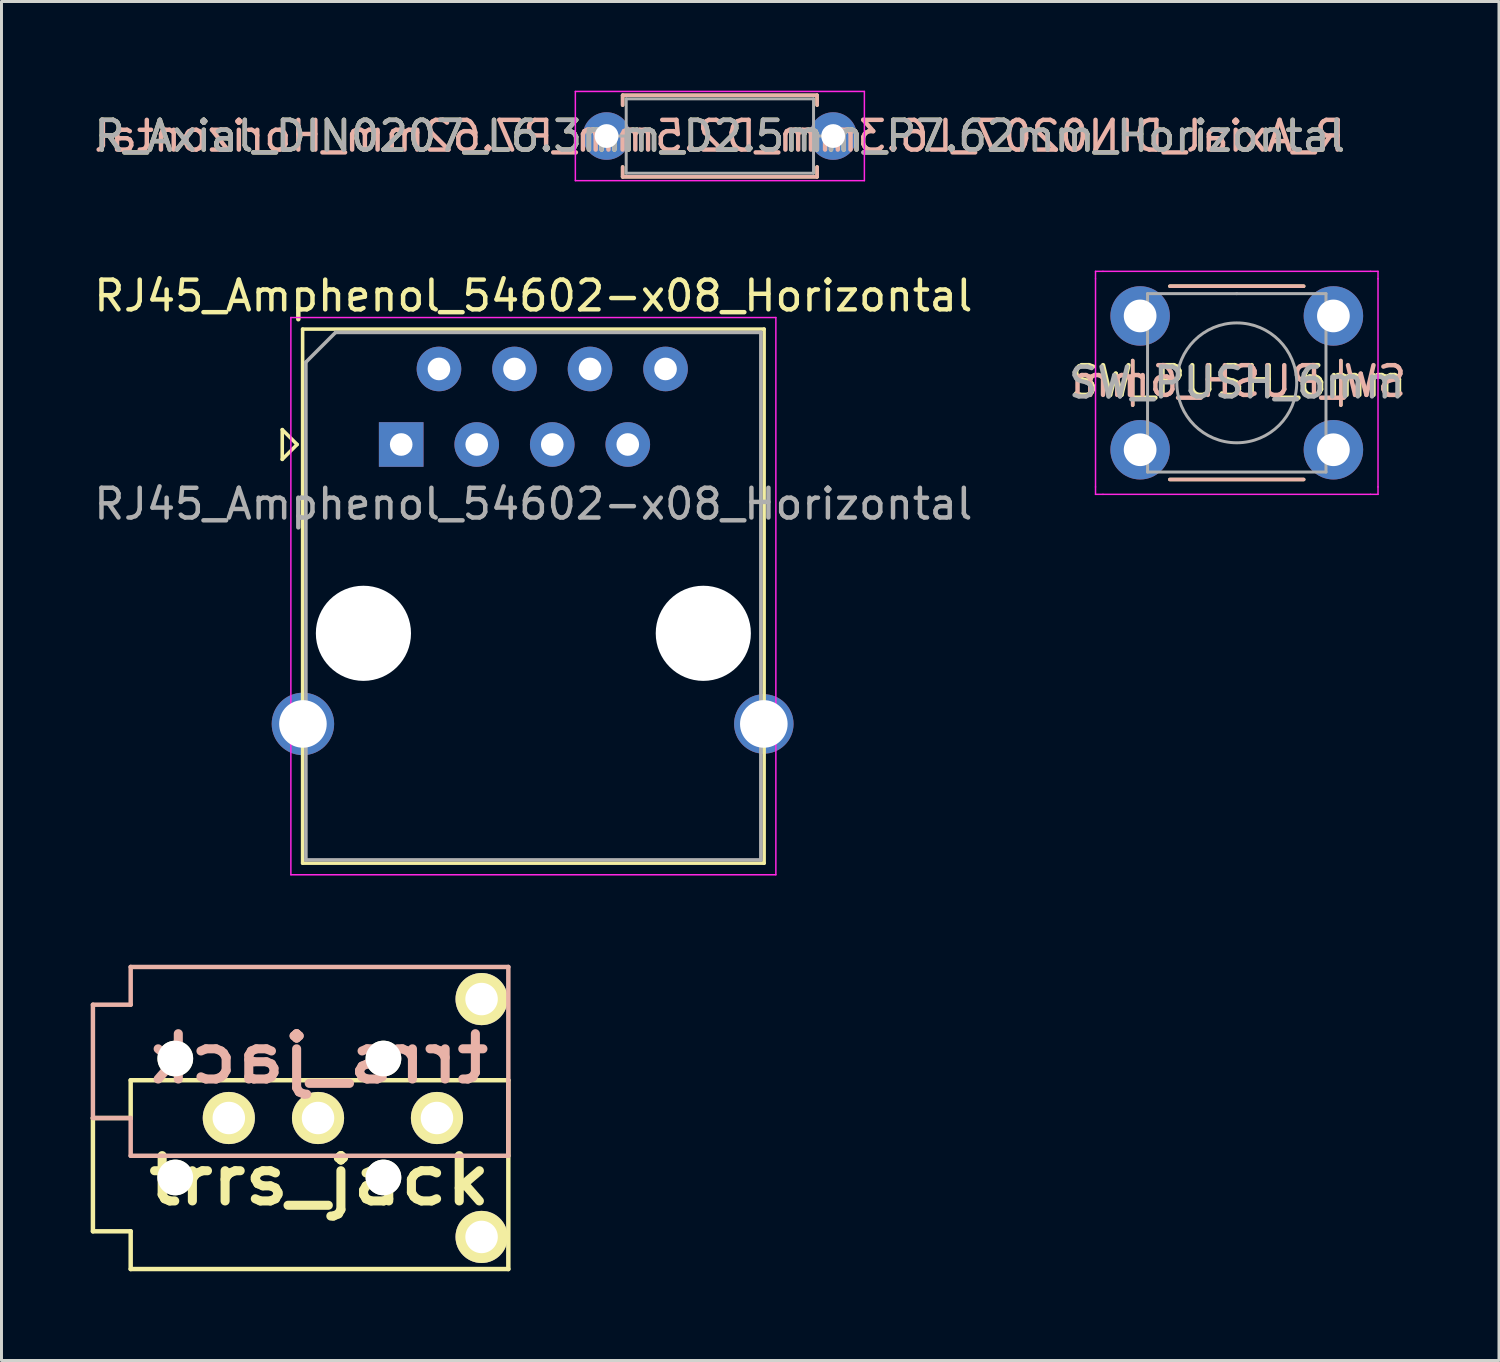
<source format=kicad_pcb>
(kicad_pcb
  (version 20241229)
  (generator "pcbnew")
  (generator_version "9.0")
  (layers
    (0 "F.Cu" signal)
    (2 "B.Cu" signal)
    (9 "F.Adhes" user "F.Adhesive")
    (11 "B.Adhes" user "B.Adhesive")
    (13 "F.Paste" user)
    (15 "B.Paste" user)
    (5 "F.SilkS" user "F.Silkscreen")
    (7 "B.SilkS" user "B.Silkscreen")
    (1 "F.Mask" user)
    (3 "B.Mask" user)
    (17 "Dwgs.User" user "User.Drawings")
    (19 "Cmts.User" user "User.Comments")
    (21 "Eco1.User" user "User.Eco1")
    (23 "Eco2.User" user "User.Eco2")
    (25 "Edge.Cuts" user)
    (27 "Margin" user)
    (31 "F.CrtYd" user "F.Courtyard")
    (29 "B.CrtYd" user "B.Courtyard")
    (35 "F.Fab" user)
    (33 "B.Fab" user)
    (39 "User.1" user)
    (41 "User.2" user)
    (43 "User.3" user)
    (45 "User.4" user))
  (footprint "R_Axial_DIN0207_L6.3mm_D2.5mm_P7.62mm_Horizontal"
    (layer "F.Cu")
    (at 17.349 1.525)
    (property "Reference" "R_Axial_DIN0207_L6.3mm_D2.5mm_P7.62mm_Horizontal" (at 3.81 0 0) (layer "F.SilkS") (effects (font (size 1 1) (thickness 0.15))))
    (attr through_hole)
    (fp_line (start 0.54 -1.37) (end 7.08 -1.37) (stroke (width 0.12) (type solid)) (layer "F.SilkS"))
    (fp_line (start 0.54 -1.04) (end 0.54 -1.37) (stroke (width 0.12) (type solid)) (layer "F.SilkS"))
    (fp_line (start 0.54 1.04) (end 0.54 1.37) (stroke (width 0.12) (type solid)) (layer "F.SilkS"))
    (fp_line (start 0.54 1.37) (end 7.08 1.37) (stroke (width 0.12) (type solid)) (layer "F.SilkS"))
    (fp_line (start 7.08 -1.37) (end 7.08 -1.04) (stroke (width 0.12) (type solid)) (layer "F.SilkS"))
    (fp_line (start 7.08 1.37) (end 7.08 1.04) (stroke (width 0.12) (type solid)) (layer "F.SilkS"))
    (fp_line (start 0.54 -1.37) (end 7.08 -1.37) (stroke (width 0.12) (type solid)) (layer "B.SilkS"))
    (fp_line (start 0.54 -1.04) (end 0.54 -1.37) (stroke (width 0.12) (type solid)) (layer "B.SilkS"))
    (fp_line (start 0.54 1.04) (end 0.54 1.37) (stroke (width 0.12) (type solid)) (layer "B.SilkS"))
    (fp_line (start 0.54 1.37) (end 7.08 1.37) (stroke (width 0.12) (type solid)) (layer "B.SilkS"))
    (fp_line (start 7.08 -1.37) (end 7.08 -1.04) (stroke (width 0.12) (type solid)) (layer "B.SilkS"))
    (fp_line (start 7.08 1.37) (end 7.08 1.04) (stroke (width 0.12) (type solid)) (layer "B.SilkS"))
    (fp_line (start -1.05 -1.5) (end -1.05 1.5) (stroke (width 0.05) (type solid)) (layer "F.CrtYd"))
    (fp_line (start -1.05 1.5) (end 8.67 1.5) (stroke (width 0.05) (type solid)) (layer "F.CrtYd"))
    (fp_line (start 8.67 -1.5) (end -1.05 -1.5) (stroke (width 0.05) (type solid)) (layer "F.CrtYd"))
    (fp_line (start 8.67 1.5) (end 8.67 -1.5) (stroke (width 0.05) (type solid)) (layer "F.CrtYd"))
    (fp_line (start 0 0) (end 0.66 0) (stroke (width 0.1) (type solid)) (layer "F.Fab"))
    (fp_line (start 0.66 -1.25) (end 0.66 1.25) (stroke (width 0.1) (type solid)) (layer "F.Fab"))
    (fp_line (start 0.66 1.25) (end 6.96 1.25) (stroke (width 0.1) (type solid)) (layer "F.Fab"))
    (fp_line (start 6.96 -1.25) (end 0.66 -1.25) (stroke (width 0.1) (type solid)) (layer "F.Fab"))
    (fp_line (start 6.96 1.25) (end 6.96 -1.25) (stroke (width 0.1) (type solid)) (layer "F.Fab"))
    (fp_line (start 7.62 0) (end 6.96 0) (stroke (width 0.1) (type solid)) (layer "F.Fab"))
    (fp_text user "${REFERENCE}" (at 3.8 0 0) (layer "B.SilkS") (effects (font (size 1 1) (thickness 0.15)) (justify mirror)))
    (fp_text user "${REFERENCE}" (at 3.81 0 0) (layer "F.Fab") (effects (font (size 1 1) (thickness 0.15))))
    (pad "1" thru_hole circle (at 0 0) (size 1.6 1.6) (drill 0.8) (layers "*.Cu" "*.Mask"))
    (pad "2" thru_hole oval (at 7.62 0) (size 1.6 1.6) (drill 0.8) (layers "*.Cu" "*.Mask")))
  (footprint "RJ45_Amphenol_54602-x08_Horizontal"
    (layer "F.Cu")
    (at 10.442 11.898)
    (property "Reference" "RJ45_Amphenol_54602-x08_Horizontal" (at 4.445 -5 0) (layer "F.SilkS") (effects (font (size 1 1) (thickness 0.15))))
    (attr through_hole)
    (fp_line (start -4 -0.5) (end -4 0.5) (stroke (width 0.12) (type solid)) (layer "F.SilkS"))
    (fp_line (start -4 0.5) (end -3.5 0) (stroke (width 0.12) (type solid)) (layer "F.SilkS"))
    (fp_line (start -3.5 0) (end -4 -0.5) (stroke (width 0.12) (type solid)) (layer "F.SilkS"))
    (fp_line (start -3.315 -3.88) (end -3.315 14.08) (stroke (width 0.12) (type solid)) (layer "F.SilkS"))
    (fp_line (start -3.315 14.08) (end 12.205 14.08) (stroke (width 0.12) (type solid)) (layer "F.SilkS"))
    (fp_line (start 12.205 -3.88) (end -3.315 -3.88) (stroke (width 0.12) (type solid)) (layer "F.SilkS"))
    (fp_line (start 12.205 -3.88) (end 12.205 14.08) (stroke (width 0.12) (type solid)) (layer "F.SilkS"))
    (fp_line (start -3.71 -4.27) (end -3.71 14.47) (stroke (width 0.05) (type solid)) (layer "F.CrtYd"))
    (fp_line (start -3.71 -4.27) (end 12.6 -4.27) (stroke (width 0.05) (type solid)) (layer "F.CrtYd"))
    (fp_line (start 12.6 14.47) (end -3.71 14.47) (stroke (width 0.05) (type solid)) (layer "F.CrtYd"))
    (fp_line (start 12.6 14.47) (end 12.6 -4.27) (stroke (width 0.05) (type solid)) (layer "F.CrtYd"))
    (fp_line (start -3.205 -2.77) (end -2.205 -3.77) (stroke (width 0.12) (type solid)) (layer "F.Fab"))
    (fp_line (start -3.205 13.97) (end -3.205 -2.77) (stroke (width 0.12) (type solid)) (layer "F.Fab"))
    (fp_line (start -2.205 -3.77) (end 12.095 -3.77) (stroke (width 0.12) (type solid)) (layer "F.Fab"))
    (fp_line (start 12.095 -3.77) (end 12.095 13.97) (stroke (width 0.12) (type solid)) (layer "F.Fab"))
    (fp_line (start 12.095 13.97) (end -3.205 13.97) (stroke (width 0.12) (type solid)) (layer "F.Fab"))
    (fp_text user "${REFERENCE}" (at 4.445 2 0) (layer "F.Fab") (effects (font (size 1 1) (thickness 0.15))))
    (pad "" thru_hole circle (at -3.305 9.398) (size 2.1 2.1) (drill 1.6) (layers "*.Cu" "*.Mask"))
    (pad "" np_thru_hole circle (at -1.27 6.35) (size 3.2 3.2) (drill 3.2) (layers "*.Cu" "*.Mask"))
    (pad "" np_thru_hole circle (at 10.16 6.35) (size 3.2 3.2) (drill 3.2) (layers "*.Cu" "*.Mask"))
    (pad "" thru_hole circle (at 12.195 9.398) (size 2 2) (drill 1.6) (layers "*.Cu" "*.Mask"))
    (pad "1" thru_hole rect (at 0 0) (size 1.5 1.5) (drill 0.76) (layers "*.Cu" "*.Mask"))
    (pad "2" thru_hole circle (at 1.27 -2.54) (size 1.5 1.5) (drill 0.76) (layers "*.Cu" "*.Mask"))
    (pad "3" thru_hole circle (at 2.54 0) (size 1.5 1.5) (drill 0.76) (layers "*.Cu" "*.Mask"))
    (pad "4" thru_hole circle (at 3.81 -2.54) (size 1.5 1.5) (drill 0.76) (layers "*.Cu" "*.Mask"))
    (pad "5" thru_hole circle (at 5.08 0) (size 1.5 1.5) (drill 0.76) (layers "*.Cu" "*.Mask"))
    (pad "6" thru_hole circle (at 6.35 -2.54) (size 1.5 1.5) (drill 0.76) (layers "*.Cu" "*.Mask"))
    (pad "7" thru_hole circle (at 7.62 0) (size 1.5 1.5) (drill 0.76) (layers "*.Cu" "*.Mask"))
    (pad "8" thru_hole circle (at 8.89 -2.54) (size 1.5 1.5) (drill 0.76) (layers "*.Cu" "*.Mask")))
  (footprint "trrs_jack"
    (layer "F.Cu")
    (at 1.345 34.548)
    (property "Reference" "trrs_jack" (at 6.35 2.1 0) (layer "F.SilkS") (effects (font (size 1.524 1.778) (thickness 0.305))))
    (attr through_hole)
    (fp_line (start -1.27 0) (end -1.27 3.81) (stroke (width 0.15) (type solid)) (layer "F.SilkS"))
    (fp_line (start -1.27 3.81) (end 0 3.81) (stroke (width 0.15) (type solid)) (layer "F.SilkS"))
    (fp_line (start 0 -1.27) (end 0 0) (stroke (width 0.15) (type solid)) (layer "F.SilkS"))
    (fp_line (start 0 0) (end -1.27 0) (stroke (width 0.15) (type solid)) (layer "F.SilkS"))
    (fp_line (start 0 3.81) (end 0 5.08) (stroke (width 0.15) (type solid)) (layer "F.SilkS"))
    (fp_line (start 0 5.08) (end 12.7 5.08) (stroke (width 0.15) (type solid)) (layer "F.SilkS"))
    (fp_line (start 12.7 -1.27) (end 0 -1.27) (stroke (width 0.15) (type solid)) (layer "F.SilkS"))
    (fp_line (start 12.7 5.08) (end 12.7 -1.27) (stroke (width 0.15) (type solid)) (layer "F.SilkS"))
    (fp_line (start -1.27 -3.81) (end -1.27 0) (stroke (width 0.15) (type solid)) (layer "B.SilkS"))
    (fp_line (start -1.27 0) (end 0 0) (stroke (width 0.15) (type solid)) (layer "B.SilkS"))
    (fp_line (start 0 -5.08) (end 0 -3.81) (stroke (width 0.15) (type solid)) (layer "B.SilkS"))
    (fp_line (start 0 -3.81) (end -1.27 -3.81) (stroke (width 0.15) (type solid)) (layer "B.SilkS"))
    (fp_line (start 0 0) (end 0 1.27) (stroke (width 0.15) (type solid)) (layer "B.SilkS"))
    (fp_line (start 0 1.27) (end 12.7 1.27) (stroke (width 0.15) (type solid)) (layer "B.SilkS"))
    (fp_line (start 12.7 -5.08) (end 0 -5.08) (stroke (width 0.15) (type solid)) (layer "B.SilkS"))
    (fp_line (start 12.7 1.27) (end 12.7 -5.08) (stroke (width 0.15) (type solid)) (layer "B.SilkS"))
    (fp_text user "${REFERENCE}" (at 6.3 -2 180) (layer "B.SilkS") (effects (font (size 1.524 1.778) (thickness 0.305)) (justify mirror)))
    (pad "" np_thru_hole circle (at 1.5 -2) (size 1.2 1.2) (drill 1.2) (layers "*.Cu" "*.Mask" "F.SilkS"))
    (pad "" np_thru_hole circle (at 1.5 2) (size 1.2 1.2) (drill 1.2) (layers "*.Cu" "*.Mask" "F.SilkS"))
    (pad "" np_thru_hole circle (at 8.5 -2) (size 1.2 1.2) (drill 1.2) (layers "*.Cu" "*.Mask" "F.SilkS"))
    (pad "" np_thru_hole circle (at 8.5 2) (size 1.2 1.2) (drill 1.2) (layers "*.Cu" "*.Mask" "F.SilkS"))
    (pad "1" thru_hole circle (at 10.3 0) (size 1.753 1.753) (drill 1.092) (layers "*.Cu" "*.Mask" "F.SilkS"))
    (pad "2" thru_hole circle (at 3.3 0) (size 1.753 1.753) (drill 1.092) (layers "*.Cu" "*.Mask" "F.SilkS"))
    (pad "3" thru_hole circle (at 6.3 0) (size 1.753 1.753) (drill 1.092) (layers "*.Cu" "*.Mask" "F.SilkS"))
    (pad "4" thru_hole circle (at 11.8 4) (size 1.753 1.753) (drill 1.092) (layers "*.Cu" "*.Mask" "F.SilkS"))
    (pad "5" thru_hole circle (at 11.8 -4) (size 1.753 1.753) (drill 1.092) (layers "*.Cu" "*.Mask" "F.SilkS")))
  (footprint "SW_PUSH_6mm"
    (layer "F.Cu")
    (at 35.292 7.575)
    (property "Reference" "SW_PUSH_6mm" (at 3.3 2.2 0) (layer "F.SilkS") (effects (font (size 1 1) (thickness 0.15))))
    (attr through_hole)
    (fp_line (start -0.25 1.5) (end -0.25 3) (stroke (width 0.12) (type solid)) (layer "F.SilkS"))
    (fp_line (start 1 5.5) (end 5.5 5.5) (stroke (width 0.12) (type solid)) (layer "F.SilkS"))
    (fp_line (start 5.5 -1) (end 1 -1) (stroke (width 0.12) (type solid)) (layer "F.SilkS"))
    (fp_line (start 6.75 3) (end 6.75 1.5) (stroke (width 0.12) (type solid)) (layer "F.SilkS"))
    (fp_line (start -0.25 1.5) (end -0.25 3) (stroke (width 0.12) (type solid)) (layer "B.SilkS"))
    (fp_line (start 1 5.5) (end 5.5 5.5) (stroke (width 0.12) (type solid)) (layer "B.SilkS"))
    (fp_line (start 5.5 -1) (end 1 -1) (stroke (width 0.12) (type solid)) (layer "B.SilkS"))
    (fp_line (start 6.75 3) (end 6.75 1.5) (stroke (width 0.12) (type solid)) (layer "B.SilkS"))
    (fp_line (start -1.5 -1.5) (end -1.25 -1.5) (stroke (width 0.05) (type solid)) (layer "F.CrtYd"))
    (fp_line (start -1.5 -1.25) (end -1.5 -1.5) (stroke (width 0.05) (type solid)) (layer "F.CrtYd"))
    (fp_line (start -1.5 5.75) (end -1.5 -1.25) (stroke (width 0.05) (type solid)) (layer "F.CrtYd"))
    (fp_line (start -1.5 5.75) (end -1.5 6) (stroke (width 0.05) (type solid)) (layer "F.CrtYd"))
    (fp_line (start -1.5 6) (end -1.25 6) (stroke (width 0.05) (type solid)) (layer "F.CrtYd"))
    (fp_line (start -1.25 -1.5) (end 7.75 -1.5) (stroke (width 0.05) (type solid)) (layer "F.CrtYd"))
    (fp_line (start 7.75 -1.5) (end 8 -1.5) (stroke (width 0.05) (type solid)) (layer "F.CrtYd"))
    (fp_line (start 7.75 6) (end -1.25 6) (stroke (width 0.05) (type solid)) (layer "F.CrtYd"))
    (fp_line (start 7.75 6) (end 8 6) (stroke (width 0.05) (type solid)) (layer "F.CrtYd"))
    (fp_line (start 8 -1.5) (end 8 -1.25) (stroke (width 0.05) (type solid)) (layer "F.CrtYd"))
    (fp_line (start 8 -1.25) (end 8 5.75) (stroke (width 0.05) (type solid)) (layer "F.CrtYd"))
    (fp_line (start 8 6) (end 8 5.75) (stroke (width 0.05) (type solid)) (layer "F.CrtYd"))
    (fp_line (start 0.25 -0.75) (end 3.25 -0.75) (stroke (width 0.1) (type solid)) (layer "F.Fab"))
    (fp_line (start 0.25 5.25) (end 0.25 -0.75) (stroke (width 0.1) (type solid)) (layer "F.Fab"))
    (fp_line (start 3.25 -0.75) (end 6.25 -0.75) (stroke (width 0.1) (type solid)) (layer "F.Fab"))
    (fp_line (start 6.25 -0.75) (end 6.25 5.25) (stroke (width 0.1) (type solid)) (layer "F.Fab"))
    (fp_line (start 6.25 5.25) (end 0.25 5.25) (stroke (width 0.1) (type solid)) (layer "F.Fab"))
    (fp_circle (center 3.25 2.25) (end 1.25 2.5) (stroke (width 0.1) (type solid)) (fill no) (layer "F.Fab"))
    (fp_text user "${REFERENCE}" (at 3.3 2.2 0) (layer "B.SilkS") (effects (font (size 1 1) (thickness 0.15)) (justify mirror)))
    (fp_text user "${REFERENCE}" (at 3.25 2.25 0) (layer "F.Fab") (effects (font (size 1 1) (thickness 0.15))))
    (pad "1" thru_hole circle (at 0 0 90) (size 2 2) (drill 1.1) (layers "*.Cu" "*.Mask"))
    (pad "1" thru_hole circle (at 6.5 0 90) (size 2 2) (drill 1.1) (layers "*.Cu" "*.Mask"))
    (pad "2" thru_hole circle (at 0 4.5) (size 2 2) (drill 1.1) (layers "*.Cu" "*.Mask"))
    (pad "2" thru_hole circle (at 6.5 4.5 90) (size 2 2) (drill 1.1) (layers "*.Cu" "*.Mask")))
  (gr_rect
    (start -3 -3)
    (end 47.36 42.703)
    (stroke (width 0.1) (type default))
    (fill no)
    (layer "Edge.Cuts")))
</source>
